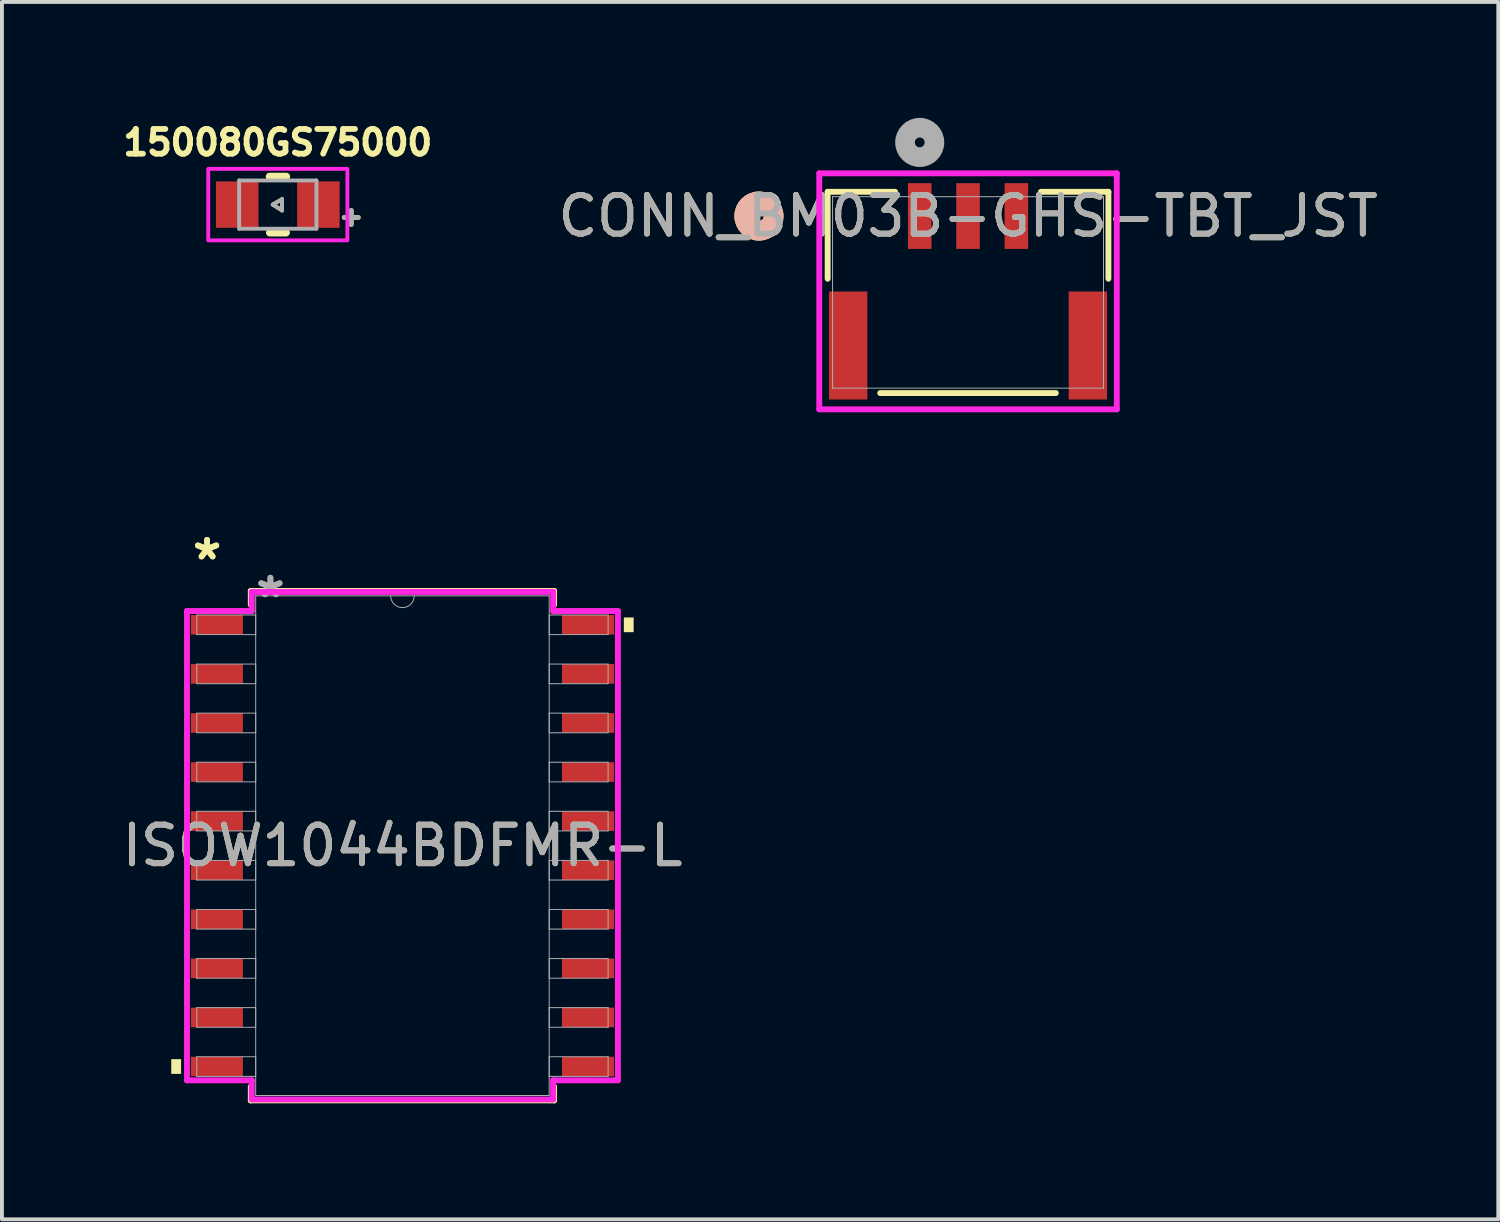
<source format=kicad_pcb>
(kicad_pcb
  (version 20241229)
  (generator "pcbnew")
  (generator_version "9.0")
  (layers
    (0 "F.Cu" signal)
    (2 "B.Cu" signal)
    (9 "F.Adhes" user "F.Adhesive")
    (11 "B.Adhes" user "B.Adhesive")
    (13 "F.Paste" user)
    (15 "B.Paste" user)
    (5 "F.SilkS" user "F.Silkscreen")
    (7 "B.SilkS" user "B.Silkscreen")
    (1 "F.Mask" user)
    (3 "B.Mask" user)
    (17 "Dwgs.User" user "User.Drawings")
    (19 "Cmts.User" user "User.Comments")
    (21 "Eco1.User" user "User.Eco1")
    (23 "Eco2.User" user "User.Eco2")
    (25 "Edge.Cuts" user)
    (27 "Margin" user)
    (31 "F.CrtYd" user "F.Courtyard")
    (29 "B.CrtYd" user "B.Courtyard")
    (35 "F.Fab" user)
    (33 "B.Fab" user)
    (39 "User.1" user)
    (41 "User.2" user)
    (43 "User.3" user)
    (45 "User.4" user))
  (footprint "CONN_BM03B-GHS-TBT_JST"
    (layer "F.Cu")
    (at 21.997 4.516)
    (property "Reference" "CONN_BM03B-GHS-TBT_JST" (at 0 -1.976 0) (unlocked yes) (layer "F.SilkS") (effects (font (size 1 1) (thickness 0.15))))
    (attr smd)
    (fp_line (start -3.632 -2.603) (end -3.632 -0.354) (stroke (width 0.152) (type solid)) (layer "F.SilkS"))
    (fp_line (start -2.272 2.604) (end 2.272 2.604) (stroke (width 0.152) (type solid)) (layer "F.SilkS"))
    (fp_line (start -1.888 -2.603) (end -3.632 -2.603) (stroke (width 0.152) (type solid)) (layer "F.SilkS"))
    (fp_line (start 3.632 -2.603) (end 1.888 -2.603) (stroke (width 0.152) (type solid)) (layer "F.SilkS"))
    (fp_line (start 3.632 -0.354) (end 3.632 -2.603) (stroke (width 0.152) (type solid)) (layer "F.SilkS"))
    (fp_circle (center -5.41 -1.976) (end -5.029 -1.976) (stroke (width 0.508) (type solid)) (fill no) (layer "F.SilkS"))
    (fp_circle (center -5.41 -1.976) (end -5.029 -1.976) (stroke (width 0.508) (type solid)) (fill no) (layer "B.SilkS"))
    (fp_line (start -3.849 -3.081) (end -3.849 3.025) (stroke (width 0.152) (type solid)) (layer "F.CrtYd"))
    (fp_line (start -3.849 3.025) (end 3.849 3.025) (stroke (width 0.152) (type solid)) (layer "F.CrtYd"))
    (fp_line (start 3.849 -3.081) (end -3.849 -3.081) (stroke (width 0.152) (type solid)) (layer "F.CrtYd"))
    (fp_line (start 3.849 3.025) (end 3.849 -3.081) (stroke (width 0.152) (type solid)) (layer "F.CrtYd"))
    (fp_line (start -3.505 -2.477) (end -3.505 2.477) (stroke (width 0.025) (type solid)) (layer "F.Fab"))
    (fp_line (start -3.505 2.477) (end 3.505 2.477) (stroke (width 0.025) (type solid)) (layer "F.Fab"))
    (fp_line (start 3.505 -2.477) (end -3.505 -2.477) (stroke (width 0.025) (type solid)) (layer "F.Fab"))
    (fp_line (start 3.505 2.477) (end 3.505 -2.477) (stroke (width 0.025) (type solid)) (layer "F.Fab"))
    (fp_circle (center -1.25 -3.881) (end -0.869 -3.881) (stroke (width 0.508) (type solid)) (fill no) (layer "F.Fab"))
    (fp_text user "${REFERENCE}" (at 0 -1.976 0) (unlocked yes) (layer "F.Fab") (effects (font (size 1 1) (thickness 0.15))))
    (pad "1" smd rect (at -1.25 -1.976) (size 0.61 1.702) (layers "F.Cu" "F.Mask" "F.Paste"))
    (pad "2" smd rect (at 0 -1.976) (size 0.61 1.702) (layers "F.Cu" "F.Mask" "F.Paste"))
    (pad "3" smd rect (at 1.25 -1.976) (size 0.61 1.702) (layers "F.Cu" "F.Mask" "F.Paste"))
    (pad "4" smd rect (at -3.1 1.374) (size 0.991 2.794) (layers "F.Cu" "F.Mask" "F.Paste"))
    (pad "5" smd rect (at 3.1 1.374) (size 0.991 2.794) (layers "F.Cu" "F.Mask" "F.Paste")))
  (footprint "ISOW1044BDFMR-L"
    (layer "F.Cu")
    (at 7.363 18.831)
    (property "Reference" "ISOW1044BDFMR-L" (at 0 0 0) (unlocked yes) (layer "F.SilkS") (effects (font (size 1 1) (thickness 0.15))))
    (attr smd)
    (fp_line (start -3.924 -6.591) (end -3.924 -6.232) (stroke (width 0.152) (type solid)) (layer "F.SilkS"))
    (fp_line (start -3.924 6.232) (end -3.924 6.591) (stroke (width 0.152) (type solid)) (layer "F.SilkS"))
    (fp_line (start -3.924 6.591) (end 3.924 6.591) (stroke (width 0.152) (type solid)) (layer "F.SilkS"))
    (fp_line (start 3.924 -6.591) (end -3.924 -6.591) (stroke (width 0.152) (type solid)) (layer "F.SilkS"))
    (fp_line (start 3.924 -6.232) (end 3.924 -6.591) (stroke (width 0.152) (type solid)) (layer "F.SilkS"))
    (fp_line (start 3.924 6.591) (end 3.924 6.232) (stroke (width 0.152) (type solid)) (layer "F.SilkS"))
    (fp_poly (pts (xy -5.982 5.524) (xy -5.982 5.905) (xy -5.728 5.905) (xy -5.728 5.524)) (stroke (width 0) (type solid)) (fill yes) (layer "F.SilkS"))
    (fp_poly (pts (xy 5.982 -5.905) (xy 5.982 -5.524) (xy 5.728 -5.524) (xy 5.728 -5.905)) (stroke (width 0) (type solid)) (fill yes) (layer "F.SilkS"))
    (fp_line (start -5.575 -6.071) (end -3.899 -6.071) (stroke (width 0.152) (type solid)) (layer "F.CrtYd"))
    (fp_line (start -5.575 6.071) (end -5.575 -6.071) (stroke (width 0.152) (type solid)) (layer "F.CrtYd"))
    (fp_line (start -5.575 6.071) (end -3.899 6.071) (stroke (width 0.152) (type solid)) (layer "F.CrtYd"))
    (fp_line (start -3.899 -6.566) (end 3.899 -6.566) (stroke (width 0.152) (type solid)) (layer "F.CrtYd"))
    (fp_line (start -3.899 -6.071) (end -3.899 -6.566) (stroke (width 0.152) (type solid)) (layer "F.CrtYd"))
    (fp_line (start -3.899 6.566) (end -3.899 6.071) (stroke (width 0.152) (type solid)) (layer "F.CrtYd"))
    (fp_line (start 3.899 -6.566) (end 3.899 -6.071) (stroke (width 0.152) (type solid)) (layer "F.CrtYd"))
    (fp_line (start 3.899 6.071) (end 3.899 6.566) (stroke (width 0.152) (type solid)) (layer "F.CrtYd"))
    (fp_line (start 3.899 6.566) (end -3.899 6.566) (stroke (width 0.152) (type solid)) (layer "F.CrtYd"))
    (fp_line (start 5.575 -6.071) (end 3.899 -6.071) (stroke (width 0.152) (type solid)) (layer "F.CrtYd"))
    (fp_line (start 5.575 -6.071) (end 5.575 6.071) (stroke (width 0.152) (type solid)) (layer "F.CrtYd"))
    (fp_line (start 5.575 6.071) (end 3.899 6.071) (stroke (width 0.152) (type solid)) (layer "F.CrtYd"))
    (fp_line (start -5.321 -5.969) (end -5.321 -5.461) (stroke (width 0.025) (type solid)) (layer "F.Fab"))
    (fp_line (start -5.321 -5.461) (end -3.797 -5.461) (stroke (width 0.025) (type solid)) (layer "F.Fab"))
    (fp_line (start -5.321 -4.699) (end -5.321 -4.191) (stroke (width 0.025) (type solid)) (layer "F.Fab"))
    (fp_line (start -5.321 -4.191) (end -3.797 -4.191) (stroke (width 0.025) (type solid)) (layer "F.Fab"))
    (fp_line (start -5.321 -3.429) (end -5.321 -2.921) (stroke (width 0.025) (type solid)) (layer "F.Fab"))
    (fp_line (start -5.321 -2.921) (end -3.797 -2.921) (stroke (width 0.025) (type solid)) (layer "F.Fab"))
    (fp_line (start -5.321 -2.159) (end -5.321 -1.651) (stroke (width 0.025) (type solid)) (layer "F.Fab"))
    (fp_line (start -5.321 -1.651) (end -3.797 -1.651) (stroke (width 0.025) (type solid)) (layer "F.Fab"))
    (fp_line (start -5.321 -0.889) (end -5.321 -0.381) (stroke (width 0.025) (type solid)) (layer "F.Fab"))
    (fp_line (start -5.321 -0.381) (end -3.797 -0.381) (stroke (width 0.025) (type solid)) (layer "F.Fab"))
    (fp_line (start -5.321 0.381) (end -5.321 0.889) (stroke (width 0.025) (type solid)) (layer "F.Fab"))
    (fp_line (start -5.321 0.889) (end -3.797 0.889) (stroke (width 0.025) (type solid)) (layer "F.Fab"))
    (fp_line (start -5.321 1.651) (end -5.321 2.159) (stroke (width 0.025) (type solid)) (layer "F.Fab"))
    (fp_line (start -5.321 2.159) (end -3.797 2.159) (stroke (width 0.025) (type solid)) (layer "F.Fab"))
    (fp_line (start -5.321 2.921) (end -5.321 3.429) (stroke (width 0.025) (type solid)) (layer "F.Fab"))
    (fp_line (start -5.321 3.429) (end -3.797 3.429) (stroke (width 0.025) (type solid)) (layer "F.Fab"))
    (fp_line (start -5.321 4.191) (end -5.321 4.699) (stroke (width 0.025) (type solid)) (layer "F.Fab"))
    (fp_line (start -5.321 4.699) (end -3.797 4.699) (stroke (width 0.025) (type solid)) (layer "F.Fab"))
    (fp_line (start -5.321 5.461) (end -5.321 5.969) (stroke (width 0.025) (type solid)) (layer "F.Fab"))
    (fp_line (start -5.321 5.969) (end -3.797 5.969) (stroke (width 0.025) (type solid)) (layer "F.Fab"))
    (fp_line (start -3.797 -6.464) (end -3.797 6.464) (stroke (width 0.025) (type solid)) (layer "F.Fab"))
    (fp_line (start -3.797 -5.969) (end -5.321 -5.969) (stroke (width 0.025) (type solid)) (layer "F.Fab"))
    (fp_line (start -3.797 -5.461) (end -3.797 -5.969) (stroke (width 0.025) (type solid)) (layer "F.Fab"))
    (fp_line (start -3.797 -4.699) (end -5.321 -4.699) (stroke (width 0.025) (type solid)) (layer "F.Fab"))
    (fp_line (start -3.797 -4.191) (end -3.797 -4.699) (stroke (width 0.025) (type solid)) (layer "F.Fab"))
    (fp_line (start -3.797 -3.429) (end -5.321 -3.429) (stroke (width 0.025) (type solid)) (layer "F.Fab"))
    (fp_line (start -3.797 -2.921) (end -3.797 -3.429) (stroke (width 0.025) (type solid)) (layer "F.Fab"))
    (fp_line (start -3.797 -2.159) (end -5.321 -2.159) (stroke (width 0.025) (type solid)) (layer "F.Fab"))
    (fp_line (start -3.797 -1.651) (end -3.797 -2.159) (stroke (width 0.025) (type solid)) (layer "F.Fab"))
    (fp_line (start -3.797 -0.889) (end -5.321 -0.889) (stroke (width 0.025) (type solid)) (layer "F.Fab"))
    (fp_line (start -3.797 -0.381) (end -3.797 -0.889) (stroke (width 0.025) (type solid)) (layer "F.Fab"))
    (fp_line (start -3.797 0.381) (end -5.321 0.381) (stroke (width 0.025) (type solid)) (layer "F.Fab"))
    (fp_line (start -3.797 0.889) (end -3.797 0.381) (stroke (width 0.025) (type solid)) (layer "F.Fab"))
    (fp_line (start -3.797 1.651) (end -5.321 1.651) (stroke (width 0.025) (type solid)) (layer "F.Fab"))
    (fp_line (start -3.797 2.159) (end -3.797 1.651) (stroke (width 0.025) (type solid)) (layer "F.Fab"))
    (fp_line (start -3.797 2.921) (end -5.321 2.921) (stroke (width 0.025) (type solid)) (layer "F.Fab"))
    (fp_line (start -3.797 3.429) (end -3.797 2.921) (stroke (width 0.025) (type solid)) (layer "F.Fab"))
    (fp_line (start -3.797 4.191) (end -5.321 4.191) (stroke (width 0.025) (type solid)) (layer "F.Fab"))
    (fp_line (start -3.797 4.699) (end -3.797 4.191) (stroke (width 0.025) (type solid)) (layer "F.Fab"))
    (fp_line (start -3.797 5.461) (end -5.321 5.461) (stroke (width 0.025) (type solid)) (layer "F.Fab"))
    (fp_line (start -3.797 5.969) (end -3.797 5.461) (stroke (width 0.025) (type solid)) (layer "F.Fab"))
    (fp_line (start -3.797 6.464) (end 3.797 6.464) (stroke (width 0.025) (type solid)) (layer "F.Fab"))
    (fp_line (start 3.797 -6.464) (end -3.797 -6.464) (stroke (width 0.025) (type solid)) (layer "F.Fab"))
    (fp_line (start 3.797 -5.969) (end 3.797 -5.461) (stroke (width 0.025) (type solid)) (layer "F.Fab"))
    (fp_line (start 3.797 -5.461) (end 5.321 -5.461) (stroke (width 0.025) (type solid)) (layer "F.Fab"))
    (fp_line (start 3.797 -4.699) (end 3.797 -4.191) (stroke (width 0.025) (type solid)) (layer "F.Fab"))
    (fp_line (start 3.797 -4.191) (end 5.321 -4.191) (stroke (width 0.025) (type solid)) (layer "F.Fab"))
    (fp_line (start 3.797 -3.429) (end 3.797 -2.921) (stroke (width 0.025) (type solid)) (layer "F.Fab"))
    (fp_line (start 3.797 -2.921) (end 5.321 -2.921) (stroke (width 0.025) (type solid)) (layer "F.Fab"))
    (fp_line (start 3.797 -2.159) (end 3.797 -1.651) (stroke (width 0.025) (type solid)) (layer "F.Fab"))
    (fp_line (start 3.797 -1.651) (end 5.321 -1.651) (stroke (width 0.025) (type solid)) (layer "F.Fab"))
    (fp_line (start 3.797 -0.889) (end 3.797 -0.381) (stroke (width 0.025) (type solid)) (layer "F.Fab"))
    (fp_line (start 3.797 -0.381) (end 5.321 -0.381) (stroke (width 0.025) (type solid)) (layer "F.Fab"))
    (fp_line (start 3.797 0.381) (end 3.797 0.889) (stroke (width 0.025) (type solid)) (layer "F.Fab"))
    (fp_line (start 3.797 0.889) (end 5.321 0.889) (stroke (width 0.025) (type solid)) (layer "F.Fab"))
    (fp_line (start 3.797 1.651) (end 3.797 2.159) (stroke (width 0.025) (type solid)) (layer "F.Fab"))
    (fp_line (start 3.797 2.159) (end 5.321 2.159) (stroke (width 0.025) (type solid)) (layer "F.Fab"))
    (fp_line (start 3.797 2.921) (end 3.797 3.429) (stroke (width 0.025) (type solid)) (layer "F.Fab"))
    (fp_line (start 3.797 3.429) (end 5.321 3.429) (stroke (width 0.025) (type solid)) (layer "F.Fab"))
    (fp_line (start 3.797 4.191) (end 3.797 4.699) (stroke (width 0.025) (type solid)) (layer "F.Fab"))
    (fp_line (start 3.797 4.699) (end 5.321 4.699) (stroke (width 0.025) (type solid)) (layer "F.Fab"))
    (fp_line (start 3.797 5.461) (end 3.797 5.969) (stroke (width 0.025) (type solid)) (layer "F.Fab"))
    (fp_line (start 3.797 5.969) (end 5.321 5.969) (stroke (width 0.025) (type solid)) (layer "F.Fab"))
    (fp_line (start 3.797 6.464) (end 3.797 -6.464) (stroke (width 0.025) (type solid)) (layer "F.Fab"))
    (fp_line (start 5.321 -5.969) (end 3.797 -5.969) (stroke (width 0.025) (type solid)) (layer "F.Fab"))
    (fp_line (start 5.321 -5.461) (end 5.321 -5.969) (stroke (width 0.025) (type solid)) (layer "F.Fab"))
    (fp_line (start 5.321 -4.699) (end 3.797 -4.699) (stroke (width 0.025) (type solid)) (layer "F.Fab"))
    (fp_line (start 5.321 -4.191) (end 5.321 -4.699) (stroke (width 0.025) (type solid)) (layer "F.Fab"))
    (fp_line (start 5.321 -3.429) (end 3.797 -3.429) (stroke (width 0.025) (type solid)) (layer "F.Fab"))
    (fp_line (start 5.321 -2.921) (end 5.321 -3.429) (stroke (width 0.025) (type solid)) (layer "F.Fab"))
    (fp_line (start 5.321 -2.159) (end 3.797 -2.159) (stroke (width 0.025) (type solid)) (layer "F.Fab"))
    (fp_line (start 5.321 -1.651) (end 5.321 -2.159) (stroke (width 0.025) (type solid)) (layer "F.Fab"))
    (fp_line (start 5.321 -0.889) (end 3.797 -0.889) (stroke (width 0.025) (type solid)) (layer "F.Fab"))
    (fp_line (start 5.321 -0.381) (end 5.321 -0.889) (stroke (width 0.025) (type solid)) (layer "F.Fab"))
    (fp_line (start 5.321 0.381) (end 3.797 0.381) (stroke (width 0.025) (type solid)) (layer "F.Fab"))
    (fp_line (start 5.321 0.889) (end 5.321 0.381) (stroke (width 0.025) (type solid)) (layer "F.Fab"))
    (fp_line (start 5.321 1.651) (end 3.797 1.651) (stroke (width 0.025) (type solid)) (layer "F.Fab"))
    (fp_line (start 5.321 2.159) (end 5.321 1.651) (stroke (width 0.025) (type solid)) (layer "F.Fab"))
    (fp_line (start 5.321 2.921) (end 3.797 2.921) (stroke (width 0.025) (type solid)) (layer "F.Fab"))
    (fp_line (start 5.321 3.429) (end 5.321 2.921) (stroke (width 0.025) (type solid)) (layer "F.Fab"))
    (fp_line (start 5.321 4.191) (end 3.797 4.191) (stroke (width 0.025) (type solid)) (layer "F.Fab"))
    (fp_line (start 5.321 4.699) (end 5.321 4.191) (stroke (width 0.025) (type solid)) (layer "F.Fab"))
    (fp_line (start 5.321 5.461) (end 3.797 5.461) (stroke (width 0.025) (type solid)) (layer "F.Fab"))
    (fp_line (start 5.321 5.969) (end 5.321 5.461) (stroke (width 0.025) (type solid)) (layer "F.Fab"))
    (fp_arc (start 0.3048 -6.4643) (mid 0 -6.1595) (end -0.3048 -6.4643) (stroke (width 0.0254) (type solid)) (layer "F.Fab"))
    (fp_text user "*" (at -5.055 -7.366 0) (unlocked yes) (layer "F.SilkS") (effects (font (size 1 1) (thickness 0.15))))
    (fp_text user "*" (at -5.055 -7.366 0) (layer "F.SilkS") (effects (font (size 1 1) (thickness 0.15))))
    (fp_text user "*" (at -3.416 -6.388 0) (layer "F.Fab") (effects (font (size 1 1) (thickness 0.15))))
    (fp_text user "${REFERENCE}" (at 0 0 0) (unlocked yes) (layer "F.Fab") (effects (font (size 1 1) (thickness 0.15))))
    (fp_text user "*" (at -3.416 -6.388 0) (unlocked yes) (layer "F.Fab") (effects (font (size 1 1) (thickness 0.15))))
    (pad "1" smd rect (at -4.801 -5.715) (size 1.346 0.508) (layers "F.Cu" "F.Mask" "F.Paste"))
    (pad "2" smd rect (at -4.801 -4.445) (size 1.346 0.508) (layers "F.Cu" "F.Mask" "F.Paste"))
    (pad "3" smd rect (at -4.801 -3.175) (size 1.346 0.508) (layers "F.Cu" "F.Mask" "F.Paste"))
    (pad "4" smd rect (at -4.801 -1.905) (size 1.346 0.508) (layers "F.Cu" "F.Mask" "F.Paste"))
    (pad "5" smd rect (at -4.801 -0.635) (size 1.346 0.508) (layers "F.Cu" "F.Mask" "F.Paste"))
    (pad "6" smd rect (at -4.801 0.635) (size 1.346 0.508) (layers "F.Cu" "F.Mask" "F.Paste"))
    (pad "7" smd rect (at -4.801 1.905) (size 1.346 0.508) (layers "F.Cu" "F.Mask" "F.Paste"))
    (pad "8" smd rect (at -4.801 3.175) (size 1.346 0.508) (layers "F.Cu" "F.Mask" "F.Paste"))
    (pad "9" smd rect (at -4.801 4.445) (size 1.346 0.508) (layers "F.Cu" "F.Mask" "F.Paste"))
    (pad "10" smd rect (at -4.801 5.715) (size 1.346 0.508) (layers "F.Cu" "F.Mask" "F.Paste"))
    (pad "11" smd rect (at 4.801 5.715) (size 1.346 0.508) (layers "F.Cu" "F.Mask" "F.Paste"))
    (pad "12" smd rect (at 4.801 4.445) (size 1.346 0.508) (layers "F.Cu" "F.Mask" "F.Paste"))
    (pad "13" smd rect (at 4.801 3.175) (size 1.346 0.508) (layers "F.Cu" "F.Mask" "F.Paste"))
    (pad "14" smd rect (at 4.801 1.905) (size 1.346 0.508) (layers "F.Cu" "F.Mask" "F.Paste"))
    (pad "15" smd rect (at 4.801 0.635) (size 1.346 0.508) (layers "F.Cu" "F.Mask" "F.Paste"))
    (pad "16" smd rect (at 4.801 -0.635) (size 1.346 0.508) (layers "F.Cu" "F.Mask" "F.Paste"))
    (pad "17" smd rect (at 4.801 -1.905) (size 1.346 0.508) (layers "F.Cu" "F.Mask" "F.Paste"))
    (pad "18" smd rect (at 4.801 -3.175) (size 1.346 0.508) (layers "F.Cu" "F.Mask" "F.Paste"))
    (pad "19" smd rect (at 4.801 -4.445) (size 1.346 0.508) (layers "F.Cu" "F.Mask" "F.Paste"))
    (pad "20" smd rect (at 4.801 -5.715) (size 1.346 0.508) (layers "F.Cu" "F.Mask" "F.Paste")))
  (footprint "150080GS75000"
    (layer "F.Cu")
    (at 4.138 2.244)
    (property "Reference" "150080GS75000" (at 0 -1.606 0) (layer "F.SilkS") (effects (font (size 0.64 0.64) (thickness 0.15))))
    (attr smd)
    (fp_line (start -0.213 -0.725) (end 0.219 -0.725) (stroke (width 0.2) (type solid)) (layer "F.SilkS"))
    (fp_line (start -0.206 0.725) (end 0.212 0.725) (stroke (width 0.2) (type solid)) (layer "F.SilkS"))
    (fp_line (start -0.13 0) (end 0.11 -0.14) (stroke (width 0.1) (type solid)) (layer "F.SilkS"))
    (fp_line (start 0.11 -0.14) (end 0.11 0.15) (stroke (width 0.1) (type solid)) (layer "F.SilkS"))
    (fp_line (start 0.11 0.15) (end -0.13 0) (stroke (width 0.1) (type solid)) (layer "F.SilkS"))
    (fp_poly (pts (xy -1.8 -0.925) (xy 1.8 -0.925) (xy 1.8 0.925) (xy -1.8 0.925)) (stroke (width 0.1) (type solid)) (fill no) (layer "F.CrtYd"))
    (fp_line (start -1 -0.625) (end 1 -0.625) (stroke (width 0.1) (type solid)) (layer "F.Fab"))
    (fp_line (start -1 0.625) (end -1 -0.625) (stroke (width 0.1) (type solid)) (layer "F.Fab"))
    (fp_line (start -1 0.625) (end 1 0.625) (stroke (width 0.1) (type solid)) (layer "F.Fab"))
    (fp_line (start -0.13 0) (end 0.11 -0.14) (stroke (width 0.1) (type solid)) (layer "F.Fab"))
    (fp_line (start 0.11 -0.14) (end 0.11 0.15) (stroke (width 0.1) (type solid)) (layer "F.Fab"))
    (fp_line (start 0.11 0.15) (end -0.13 0) (stroke (width 0.1) (type solid)) (layer "F.Fab"))
    (fp_line (start 1 -0.625) (end 1 0.625) (stroke (width 0.1) (type solid)) (layer "F.Fab"))
    (fp_text user "+" (at 1.9 0.3 0) (layer "F.SilkS") (effects (font (size 0.48 0.48) (thickness 0.15))))
    (fp_text user "+" (at 1.9 0.3 0) (layer "F.Fab") (effects (font (size 0.48 0.48) (thickness 0.15))))
    (pad "1" smd rect (at -1.05 0) (size 1.1 1.2) (layers "F.Cu" "F.Mask" "F.Paste"))
    (pad "2" smd rect (at 1.05 0) (size 1.1 1.2) (layers "F.Cu" "F.Mask" "F.Paste")))
  (gr_rect
    (start -3 -3)
    (end 35.717 28.499)
    (stroke (width 0.1) (type default))
    (fill no)
    (layer "Edge.Cuts")))
</source>
